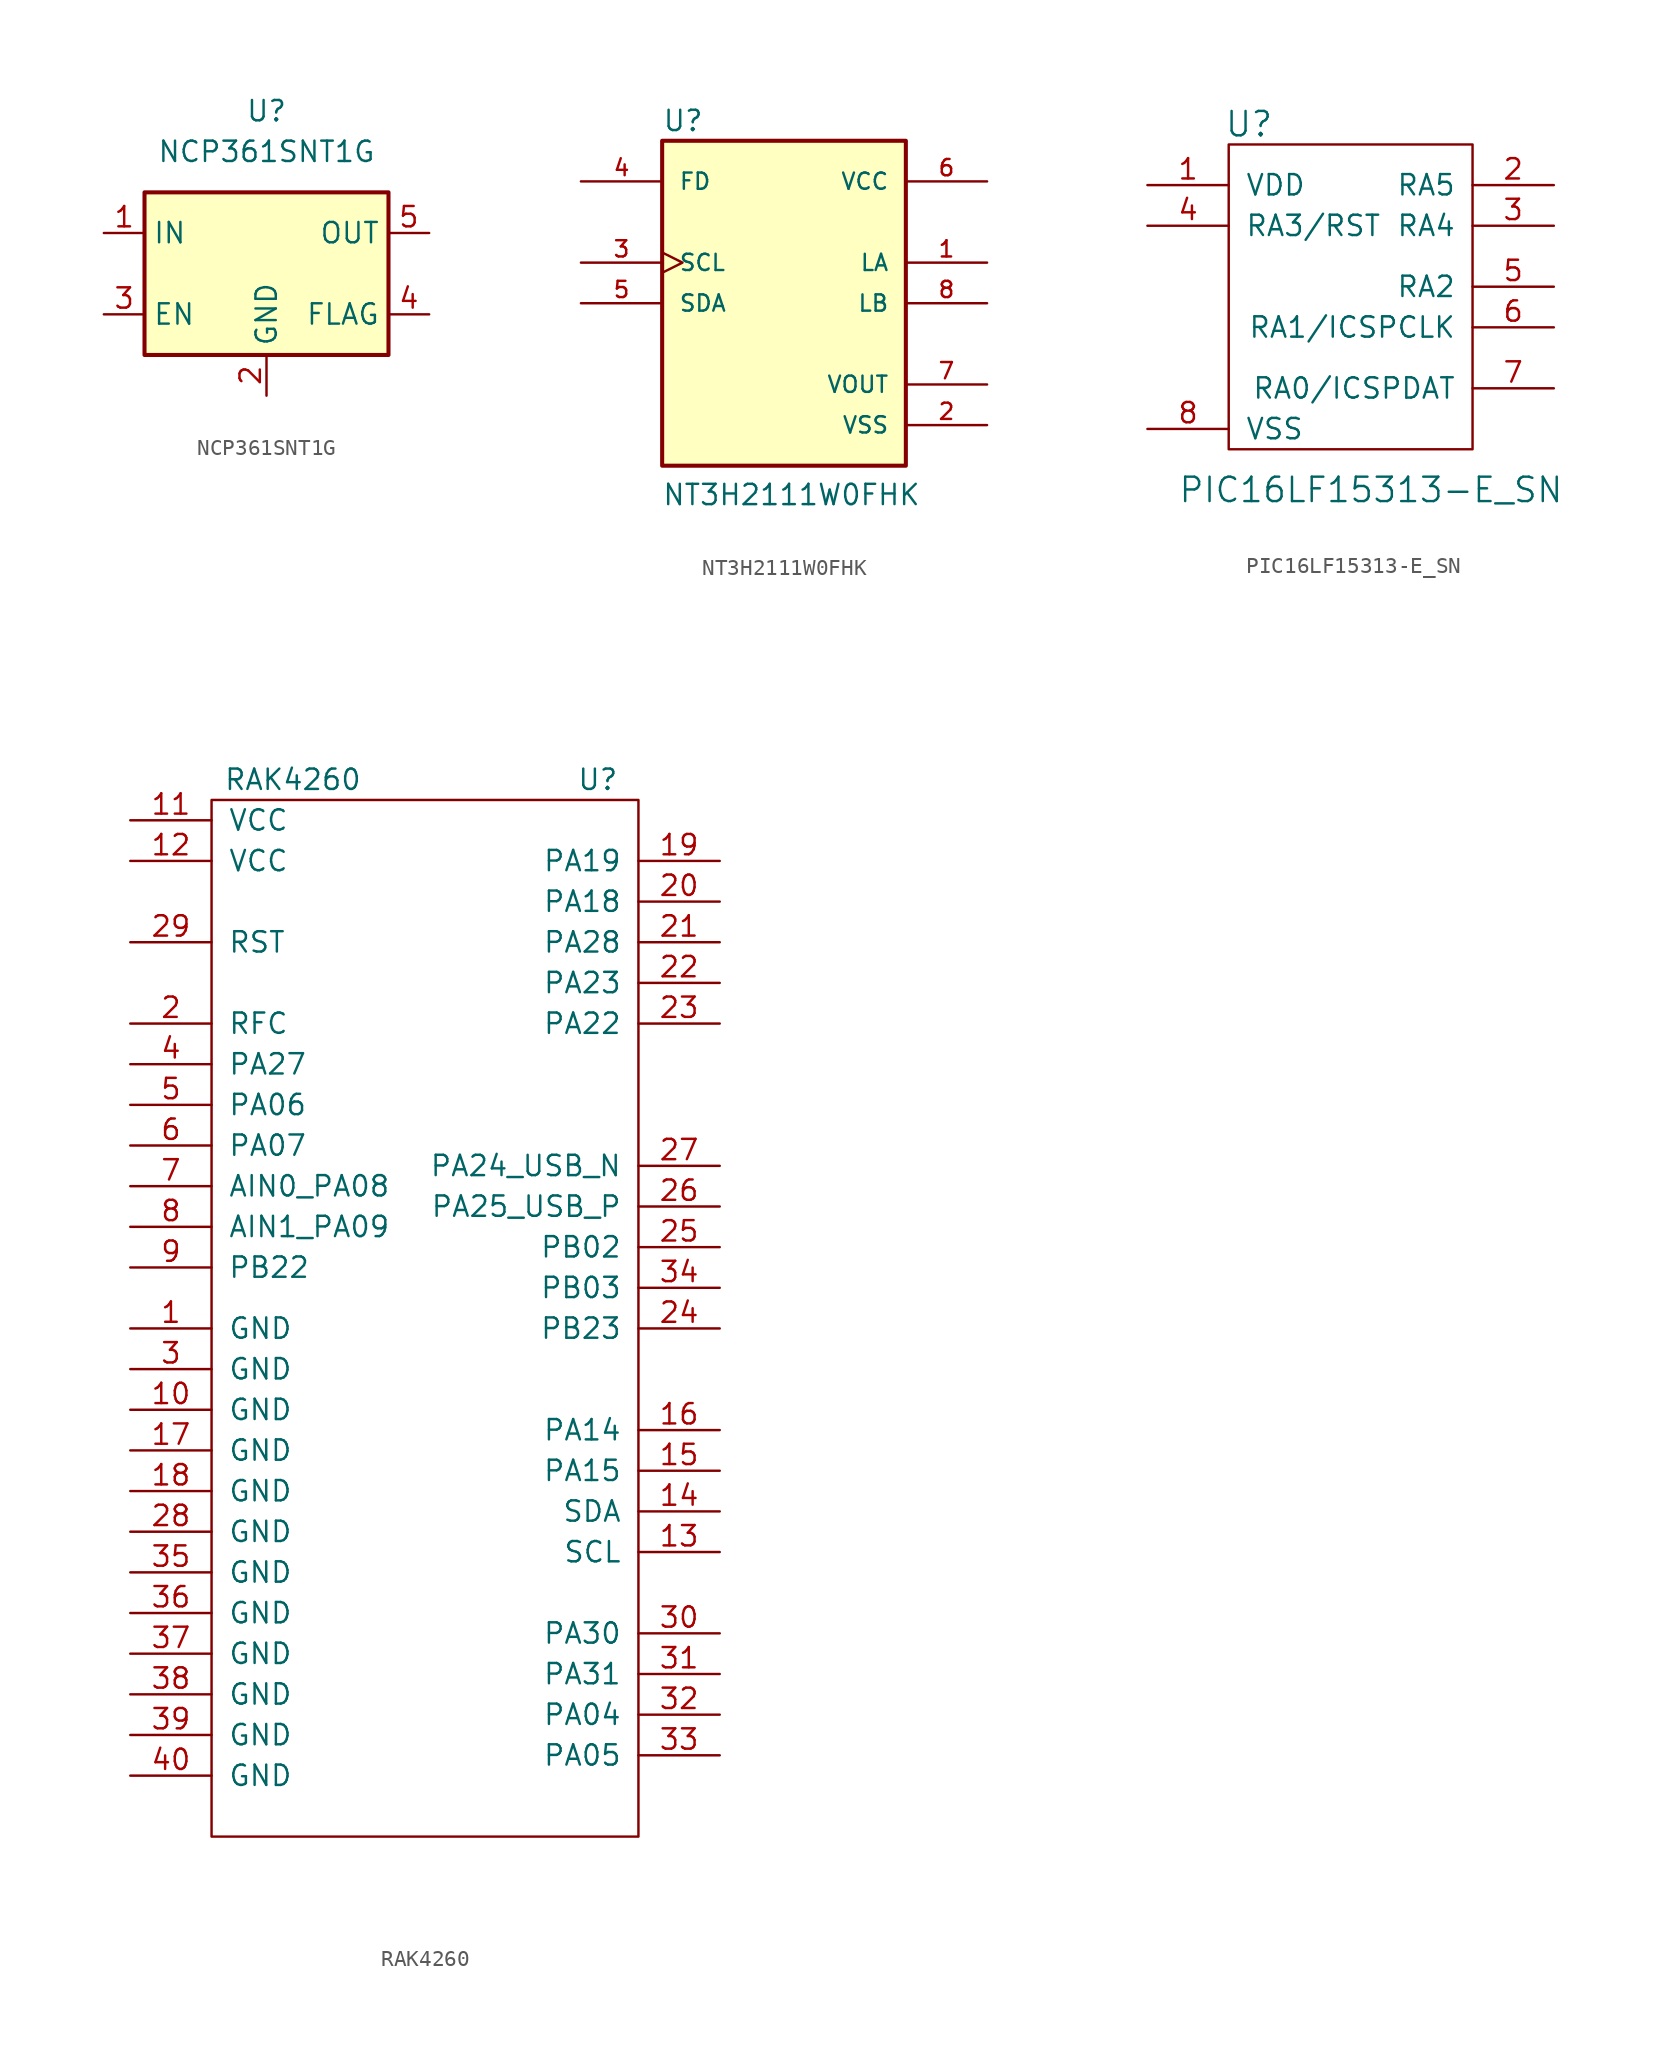
<source format=kicad_sym>
(kicad_symbol_lib
  (version 20211014)
  (generator kicad_symbol_editor)
  (symbol "NCP361SNT1G"
    (property "Reference" "U"
      (at 0 10.16 0)
      (effects (font (size 1.27 1.27))))
    (property "Value" "NCP361SNT1G"
      (at 0 7.62 0)
      (effects (font (size 1.27 1.27))))
    (symbol "NCP361SNT1G_1_1"
      (rectangle (start -7.62 5.08) (end 7.62 -5.08) (stroke (width 0.254) (type default) (color 0 0 0 0)) (fill (type background)))
      (pin power_in line (at -10.16 2.54 0) (length 2.54) (name "IN" (effects (font (size 1.27 1.27)))) (number "1" (effects (font (size 1.27 1.27)))))
      (pin power_in line (at 0 -7.62 90) (length 2.54) (name "GND" (effects (font (size 1.27 1.27)))) (number "2" (effects (font (size 1.27 1.27)))))
      (pin input line (at -10.16 -2.54 0) (length 2.54) (name "EN" (effects (font (size 1.27 1.27)))) (number "3" (effects (font (size 1.27 1.27)))))
      (pin passive line (at 10.16 -2.54 180) (length 2.54) (name "FLAG" (effects (font (size 1.27 1.27)))) (number "4" (effects (font (size 1.27 1.27)))))
      (pin power_out line (at 10.16 2.54 180) (length 2.54) (name "OUT" (effects (font (size 1.27 1.27)))) (number "5" (effects (font (size 1.27 1.27)))))))
  (symbol "NT3H2111W0FHK"
    (pin_names
      (offset 1.016))
    (property "Reference" "U"
      (at -7.62 10.668 0)
      (effects (font (size 1.27 1.27)) (justify left bottom)))
    (property "Value" "NT3H2111W0FHK"
      (at -7.645 -12.725 0)
      (effects (font (size 1.27 1.27)) (justify left bottom)))
    (property "ki_locked" ""
      (at 0 0 0)
      (effects (font (size 1.27 1.27))))
    (symbol "NT3H2111W0FHK_0_0"
      (rectangle (start -7.62 -10.16) (end 7.62 10.16) (stroke (width 0.254) (type default) (color 0 0 0 0)) (fill (type background)))
      (pin bidirectional line (at 12.7 2.54 180) (length 5.08) (name "LA" (effects (font (size 1.016 1.016)))) (number "1" (effects (font (size 1.016 1.016)))))
      (pin power_in line (at 12.7 -7.62 180) (length 5.08) (name "VSS" (effects (font (size 1.016 1.016)))) (number "2" (effects (font (size 1.016 1.016)))))
      (pin input clock (at -12.7 2.54 0) (length 5.08) (name "SCL" (effects (font (size 1.016 1.016)))) (number "3" (effects (font (size 1.016 1.016)))))
      (pin input line (at -12.7 7.62 0) (length 5.08) (name "FD" (effects (font (size 1.016 1.016)))) (number "4" (effects (font (size 1.016 1.016)))))
      (pin bidirectional line (at -12.7 0 0) (length 5.08) (name "SDA" (effects (font (size 1.016 1.016)))) (number "5" (effects (font (size 1.016 1.016)))))
      (pin power_in line (at 12.7 7.62 180) (length 5.08) (name "VCC" (effects (font (size 1.016 1.016)))) (number "6" (effects (font (size 1.016 1.016)))))
      (pin output line (at 12.7 -5.08 180) (length 5.08) (name "VOUT" (effects (font (size 1.016 1.016)))) (number "7" (effects (font (size 1.016 1.016)))))
      (pin bidirectional line (at 12.7 0 180) (length 5.08) (name "LB" (effects (font (size 1.016 1.016)))) (number "8" (effects (font (size 1.016 1.016)))))))
  (symbol "PIC16LF15313-E_SN"
    (pin_names
      (offset 1.016))
    (property "Reference" "U"
      (at -6.35 8.89 0)
      (effects (font (size 1.524 1.524))))
    (property "Value" "PIC16LF15313-E_SN"
      (at 1.27 -13.97 0)
      (effects (font (size 1.524 1.524))))
    (symbol "PIC16LF15313-E_SN_0_1"
      (rectangle (start -7.62 7.62) (end 7.62 -11.43) (stroke (width 0) (type default) (color 0 0 0 0)) (fill (type none))))
    (symbol "PIC16LF15313-E_SN_1_1"
      (pin power_in line (at -12.7 5.08 0) (length 5.08) (name "VDD" (effects (font (size 1.27 1.27)))) (number "1" (effects (font (size 1.27 1.27)))))
      (pin input line (at 12.7 5.08 180) (length 5.08) (name "RA5" (effects (font (size 1.27 1.27)))) (number "2" (effects (font (size 1.27 1.27)))))
      (pin power_in line (at 12.7 2.54 180) (length 5.08) (name "RA4" (effects (font (size 1.27 1.27)))) (number "3" (effects (font (size 1.27 1.27)))))
      (pin input line (at -12.7 2.54 0) (length 5.08) (name "RA3/RST" (effects (font (size 1.27 1.27)))) (number "4" (effects (font (size 1.27 1.27)))))
      (pin power_in line (at 12.7 -1.27 180) (length 5.08) (name "RA2" (effects (font (size 1.27 1.27)))) (number "5" (effects (font (size 1.27 1.27)))))
      (pin power_in line (at 12.7 -3.81 180) (length 5.08) (name "RA1/ICSPCLK" (effects (font (size 1.27 1.27)))) (number "6" (effects (font (size 1.27 1.27)))))
      (pin power_in line (at 12.7 -7.62 180) (length 5.08) (name "RA0/ICSPDAT" (effects (font (size 1.27 1.27)))) (number "7" (effects (font (size 1.27 1.27)))))
      (pin input line (at -12.7 -10.16 0) (length 5.08) (name "VSS" (effects (font (size 1.27 1.27)))) (number "8" (effects (font (size 1.27 1.27)))))))
  (symbol "RAK4260"
    (pin_names
      (offset 1.016))
    (property "Reference" "U"
      (at 11.43 6.35 0)
      (effects (font (size 1.27 1.27))))
    (property "Value" "RAK4260"
      (at -7.62 6.35 0)
      (effects (font (size 1.27 1.27))))
    (symbol "RAK4260_0_1"
      (rectangle (start -12.7 5.08) (end 13.97 -59.69) (stroke (width 0) (type default) (color 0 0 0 0)) (fill (type none))))
    (symbol "RAK4260_1_1"
      (pin input line (at -17.78 -27.94 0) (length 5.08) (name "GND" (effects (font (size 1.27 1.27)))) (number "1" (effects (font (size 1.27 1.27)))))
      (pin input line (at -17.78 -33.02 0) (length 5.08) (name "GND" (effects (font (size 1.27 1.27)))) (number "10" (effects (font (size 1.27 1.27)))))
      (pin input line (at -17.78 3.81 0) (length 5.08) (name "VCC" (effects (font (size 1.27 1.27)))) (number "11" (effects (font (size 1.27 1.27)))))
      (pin input line (at -17.78 1.27 0) (length 5.08) (name "VCC" (effects (font (size 1.27 1.27)))) (number "12" (effects (font (size 1.27 1.27)))))
      (pin input line (at 19.05 -41.91 180) (length 5.08) (name "SCL" (effects (font (size 1.27 1.27)))) (number "13" (effects (font (size 1.27 1.27)))))
      (pin input line (at 19.05 -39.37 180) (length 5.08) (name "SDA" (effects (font (size 1.27 1.27)))) (number "14" (effects (font (size 1.27 1.27)))))
      (pin input line (at 19.05 -36.83 180) (length 5.08) (name "PA15" (effects (font (size 1.27 1.27)))) (number "15" (effects (font (size 1.27 1.27)))))
      (pin input line (at 19.05 -34.29 180) (length 5.08) (name "PA14" (effects (font (size 1.27 1.27)))) (number "16" (effects (font (size 1.27 1.27)))))
      (pin input line (at -17.78 -35.56 0) (length 5.08) (name "GND" (effects (font (size 1.27 1.27)))) (number "17" (effects (font (size 1.27 1.27)))))
      (pin input line (at -17.78 -38.1 0) (length 5.08) (name "GND" (effects (font (size 1.27 1.27)))) (number "18" (effects (font (size 1.27 1.27)))))
      (pin input line (at 19.05 1.27 180) (length 5.08) (name "PA19" (effects (font (size 1.27 1.27)))) (number "19" (effects (font (size 1.27 1.27)))))
      (pin input line (at -17.78 -8.89 0) (length 5.08) (name "RFC" (effects (font (size 1.27 1.27)))) (number "2" (effects (font (size 1.27 1.27)))))
      (pin input line (at 19.05 -1.27 180) (length 5.08) (name "PA18" (effects (font (size 1.27 1.27)))) (number "20" (effects (font (size 1.27 1.27)))))
      (pin input line (at 19.05 -3.81 180) (length 5.08) (name "PA28" (effects (font (size 1.27 1.27)))) (number "21" (effects (font (size 1.27 1.27)))))
      (pin input line (at 19.05 -6.35 180) (length 5.08) (name "PA23" (effects (font (size 1.27 1.27)))) (number "22" (effects (font (size 1.27 1.27)))))
      (pin input line (at 19.05 -8.89 180) (length 5.08) (name "PA22" (effects (font (size 1.27 1.27)))) (number "23" (effects (font (size 1.27 1.27)))))
      (pin input line (at 19.05 -27.94 180) (length 5.08) (name "PB23" (effects (font (size 1.27 1.27)))) (number "24" (effects (font (size 1.27 1.27)))))
      (pin input line (at 19.05 -22.86 180) (length 5.08) (name "PB02" (effects (font (size 1.27 1.27)))) (number "25" (effects (font (size 1.27 1.27)))))
      (pin input line (at 19.05 -20.32 180) (length 5.08) (name "PA25_USB_P" (effects (font (size 1.27 1.27)))) (number "26" (effects (font (size 1.27 1.27)))))
      (pin input line (at 19.05 -17.78 180) (length 5.08) (name "PA24_USB_N" (effects (font (size 1.27 1.27)))) (number "27" (effects (font (size 1.27 1.27)))))
      (pin input line (at -17.78 -40.64 0) (length 5.08) (name "GND" (effects (font (size 1.27 1.27)))) (number "28" (effects (font (size 1.27 1.27)))))
      (pin input line (at -17.78 -3.81 0) (length 5.08) (name "RST" (effects (font (size 1.27 1.27)))) (number "29" (effects (font (size 1.27 1.27)))))
      (pin input line (at -17.78 -30.48 0) (length 5.08) (name "GND" (effects (font (size 1.27 1.27)))) (number "3" (effects (font (size 1.27 1.27)))))
      (pin input line (at 19.05 -46.99 180) (length 5.08) (name "PA30" (effects (font (size 1.27 1.27)))) (number "30" (effects (font (size 1.27 1.27)))))
      (pin input line (at 19.05 -49.53 180) (length 5.08) (name "PA31" (effects (font (size 1.27 1.27)))) (number "31" (effects (font (size 1.27 1.27)))))
      (pin input line (at 19.05 -52.07 180) (length 5.08) (name "PA04" (effects (font (size 1.27 1.27)))) (number "32" (effects (font (size 1.27 1.27)))))
      (pin input line (at 19.05 -54.61 180) (length 5.08) (name "PA05" (effects (font (size 1.27 1.27)))) (number "33" (effects (font (size 1.27 1.27)))))
      (pin input line (at 19.05 -25.4 180) (length 5.08) (name "PB03" (effects (font (size 1.27 1.27)))) (number "34" (effects (font (size 1.27 1.27)))))
      (pin input line (at -17.78 -43.18 0) (length 5.08) (name "GND" (effects (font (size 1.27 1.27)))) (number "35" (effects (font (size 1.27 1.27)))))
      (pin input line (at -17.78 -45.72 0) (length 5.08) (name "GND" (effects (font (size 1.27 1.27)))) (number "36" (effects (font (size 1.27 1.27)))))
      (pin input line (at -17.78 -48.26 0) (length 5.08) (name "GND" (effects (font (size 1.27 1.27)))) (number "37" (effects (font (size 1.27 1.27)))))
      (pin input line (at -17.78 -50.8 0) (length 5.08) (name "GND" (effects (font (size 1.27 1.27)))) (number "38" (effects (font (size 1.27 1.27)))))
      (pin input line (at -17.78 -53.34 0) (length 5.08) (name "GND" (effects (font (size 1.27 1.27)))) (number "39" (effects (font (size 1.27 1.27)))))
      (pin input line (at -17.78 -11.43 0) (length 5.08) (name "PA27" (effects (font (size 1.27 1.27)))) (number "4" (effects (font (size 1.27 1.27)))))
      (pin input line (at -17.78 -55.88 0) (length 5.08) (name "GND" (effects (font (size 1.27 1.27)))) (number "40" (effects (font (size 1.27 1.27)))))
      (pin input line (at -17.78 -13.97 0) (length 5.08) (name "PA06" (effects (font (size 1.27 1.27)))) (number "5" (effects (font (size 1.27 1.27)))))
      (pin input line (at -17.78 -16.51 0) (length 5.08) (name "PA07" (effects (font (size 1.27 1.27)))) (number "6" (effects (font (size 1.27 1.27)))))
      (pin input line (at -17.78 -19.05 0) (length 5.08) (name "AIN0_PA08" (effects (font (size 1.27 1.27)))) (number "7" (effects (font (size 1.27 1.27)))))
      (pin input line (at -17.78 -21.59 0) (length 5.08) (name "AIN1_PA09" (effects (font (size 1.27 1.27)))) (number "8" (effects (font (size 1.27 1.27)))))
      (pin input line (at -17.78 -24.13 0) (length 5.08) (name "PB22" (effects (font (size 1.27 1.27)))) (number "9" (effects (font (size 1.27 1.27))))))))
</source>
